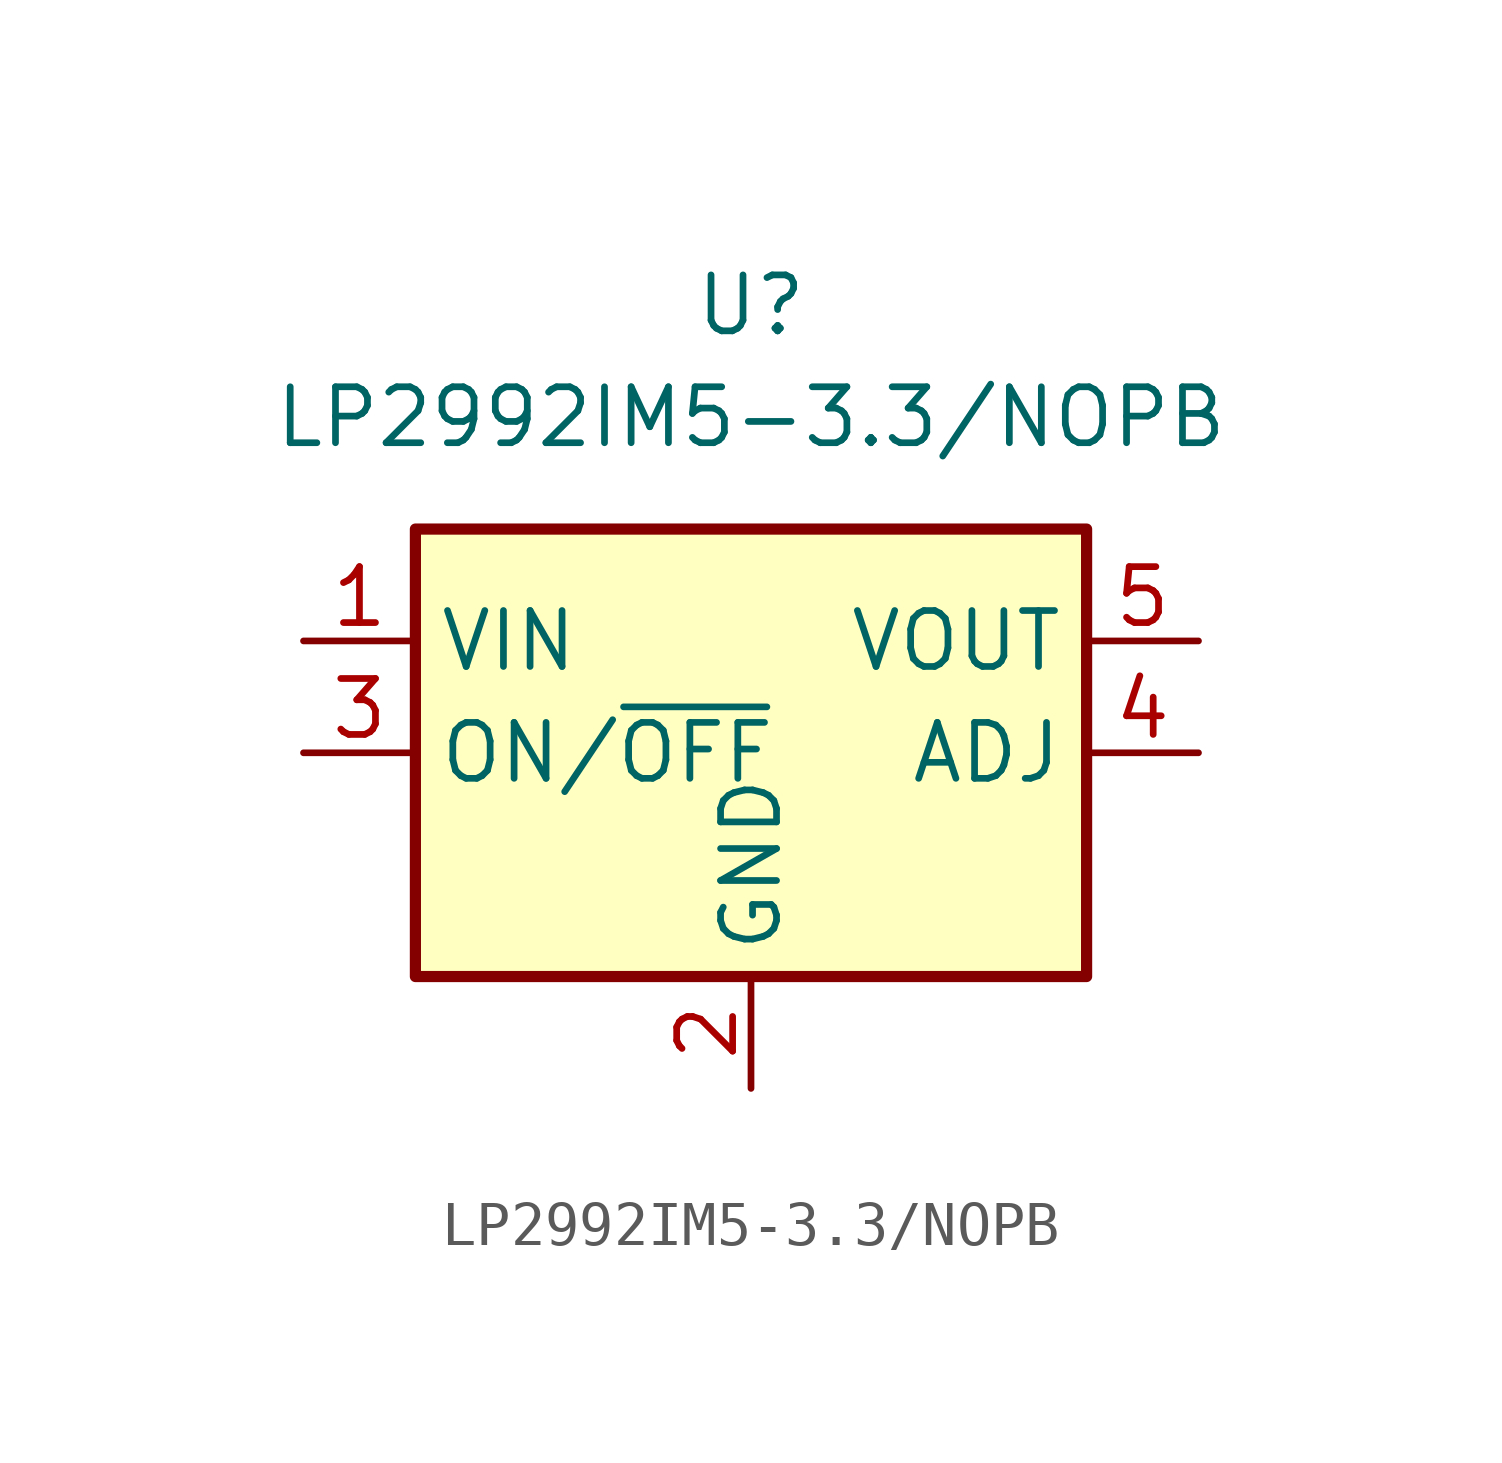
<source format=kicad_sym>
(kicad_symbol_lib
  (version 20220914)
  (generator kicad_symbol_editor)
  (symbol "LP2992IM5-3.3/NOPB"
    (property "Reference" "U"
      (at 0 10.16 0)
      (effects (font (size 1.27 1.27))))
    (property "Value" "LP2992IM5-3.3/NOPB"
      (at 0 7.62 0)
      (effects (font (size 1.27 1.27))))
    (symbol "LP2992IM5-3.3/NOPB_0_1"
      (rectangle (start -7.62 5.08) (end 7.62 -5.08) (stroke (width 0.254) (type default)) (fill (type background))))
    (symbol "LP2992IM5-3.3/NOPB_1_1"
      (pin power_in line (at -10.16 2.54 0) (length 2.54) (name "VIN" (effects (font (size 1.27 1.27)))) (number "1" (effects (font (size 1.27 1.27)))))
      (pin power_in line (at 0 -7.62 90) (length 2.54) (name "GND" (effects (font (size 1.27 1.27)))) (number "2" (effects (font (size 1.27 1.27)))))
      (pin input line (at -10.16 0 0) (length 2.54) (name "ON/~{OFF}" (effects (font (size 1.27 1.27)))) (number "3" (effects (font (size 1.27 1.27)))))
      (pin input line (at 10.16 0 180) (length 2.54) (name "ADJ" (effects (font (size 1.27 1.27)))) (number "4" (effects (font (size 1.27 1.27)))))
      (pin power_out line (at 10.16 2.54 180) (length 2.54) (name "VOUT" (effects (font (size 1.27 1.27)))) (number "5" (effects (font (size 1.27 1.27))))))))
</source>
